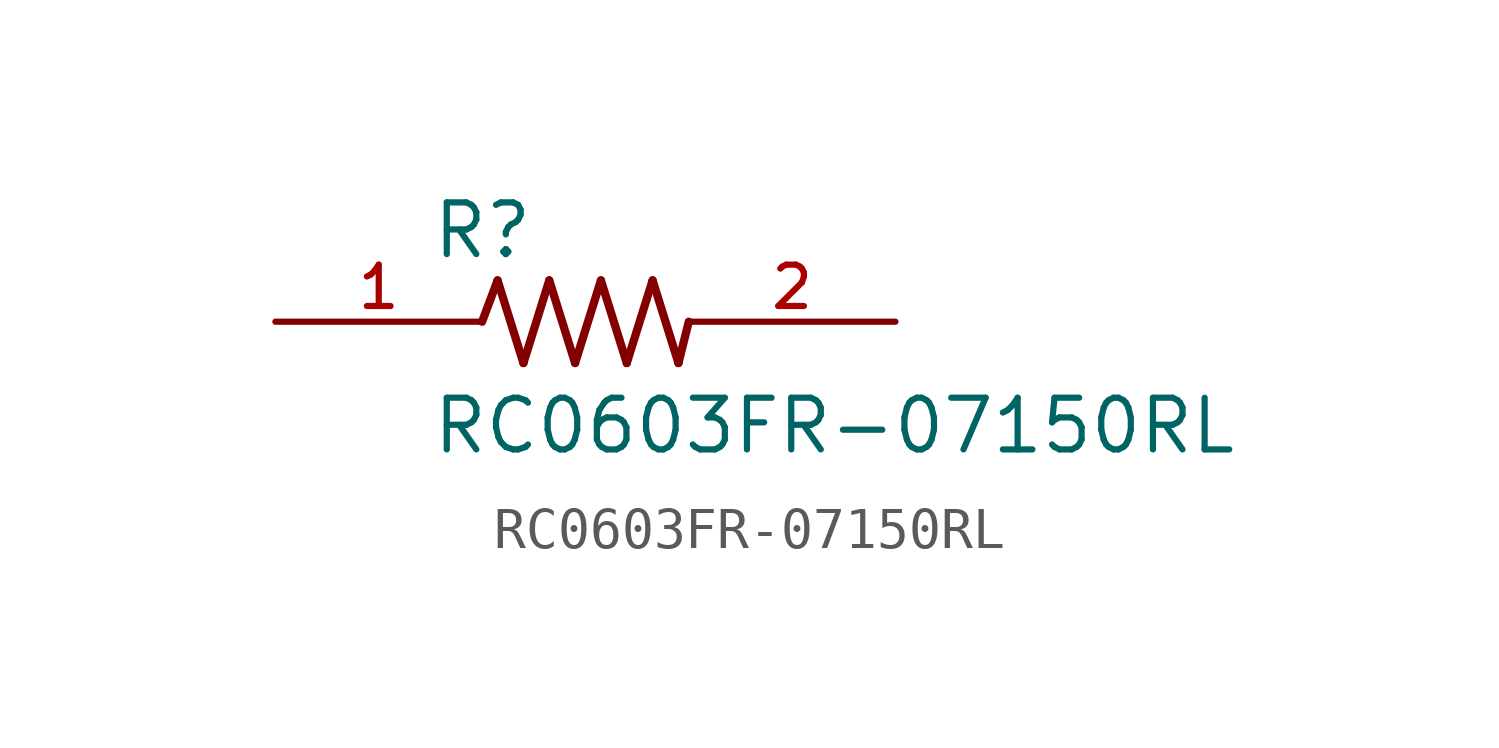
<source format=kicad_sym>
(kicad_symbol_lib
  (version 20241209)
  (generator "kicad_symbol_editor")
  (generator_version "9.0")
  (symbol "RC0603FR-07150RL"
    (pin_names
      (offset 1.016))
    (property "Reference" "R"
      (at -3.81 1.499 0)
      (effects (font (size 1.27 1.27)) (justify left bottom)))
    (property "Value" "RC0603FR-07150RL"
      (at -3.81 -3.302 0)
      (effects (font (size 1.27 1.27)) (justify left bottom)))
    (symbol "RC0603FR-07150RL_0_0"
      (polyline (pts (xy -2.54 0) (xy -2.159 1.016)) (stroke (width 0.203) (type default)) (fill (type none)))
      (polyline (pts (xy -2.159 1.016) (xy -1.524 -1.016)) (stroke (width 0.203) (type default)) (fill (type none)))
      (polyline (pts (xy -1.524 -1.016) (xy -0.889 1.016)) (stroke (width 0.203) (type default)) (fill (type none)))
      (polyline (pts (xy -0.889 1.016) (xy -0.254 -1.016)) (stroke (width 0.203) (type default)) (fill (type none)))
      (polyline (pts (xy -0.254 -1.016) (xy 0.381 1.016)) (stroke (width 0.203) (type default)) (fill (type none)))
      (polyline (pts (xy 0.381 1.016) (xy 1.016 -1.016)) (stroke (width 0.203) (type default)) (fill (type none)))
      (polyline (pts (xy 1.016 -1.016) (xy 1.651 1.016)) (stroke (width 0.203) (type default)) (fill (type none)))
      (polyline (pts (xy 1.651 1.016) (xy 2.286 -1.016)) (stroke (width 0.203) (type default)) (fill (type none)))
      (polyline (pts (xy 2.286 -1.016) (xy 2.54 0)) (stroke (width 0.203) (type default)) (fill (type none)))
      (pin passive line (at -7.62 0 0) (length 5.08) (name "~" (effects (font (size 1.016 1.016)))) (number "1" (effects (font (size 1.016 1.016)))))
      (pin passive line (at 7.62 0 180) (length 5.08) (name "~" (effects (font (size 1.016 1.016)))) (number "2" (effects (font (size 1.016 1.016))))))))
</source>
